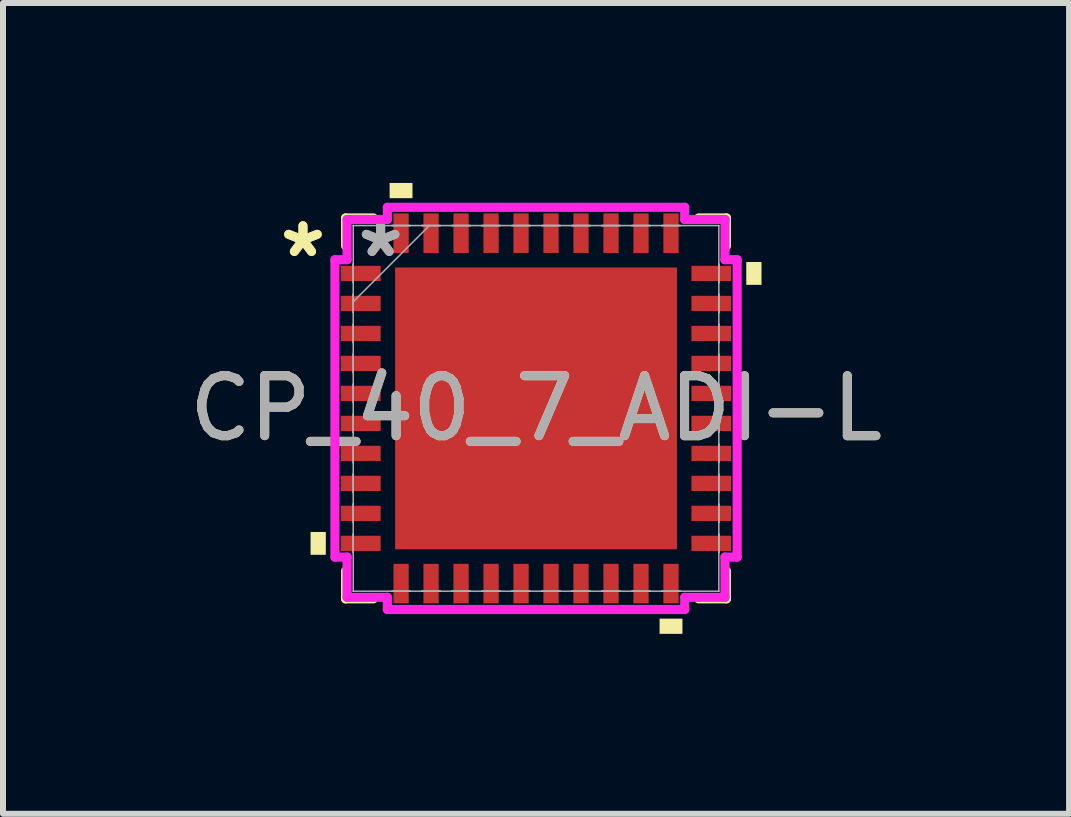
<source format=kicad_pcb>
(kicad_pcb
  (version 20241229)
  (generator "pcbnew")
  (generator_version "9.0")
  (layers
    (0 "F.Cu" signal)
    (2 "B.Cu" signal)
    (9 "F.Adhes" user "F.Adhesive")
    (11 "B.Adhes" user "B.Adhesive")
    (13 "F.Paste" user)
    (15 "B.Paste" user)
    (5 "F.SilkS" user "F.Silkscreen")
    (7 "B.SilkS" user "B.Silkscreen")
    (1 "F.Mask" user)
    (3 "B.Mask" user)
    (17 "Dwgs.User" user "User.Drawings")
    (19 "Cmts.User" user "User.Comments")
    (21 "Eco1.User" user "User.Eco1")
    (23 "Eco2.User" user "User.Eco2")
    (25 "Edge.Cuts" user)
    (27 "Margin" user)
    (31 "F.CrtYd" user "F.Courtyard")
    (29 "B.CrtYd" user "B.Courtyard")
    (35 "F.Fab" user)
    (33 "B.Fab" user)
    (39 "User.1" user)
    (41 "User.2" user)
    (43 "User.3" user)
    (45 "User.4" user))
  (footprint "CP_40_7_ADI-L"
    (layer "F.Cu")
    (at 5.887 3.759)
    (property "Reference" "CP_40_7_ADI-L" (at 0 0 0) (unlocked yes) (layer "F.SilkS") (effects (font (size 1 1) (thickness 0.15))))
    (attr smd)
    (fp_line (start -3.175 -3.175) (end -3.175 -2.71) (stroke (width 0.152) (type solid)) (layer "F.SilkS"))
    (fp_line (start -3.175 2.71) (end -3.175 3.175) (stroke (width 0.152) (type solid)) (layer "F.SilkS"))
    (fp_line (start -3.175 3.175) (end -2.71 3.175) (stroke (width 0.152) (type solid)) (layer "F.SilkS"))
    (fp_line (start -2.71 -3.175) (end -3.175 -3.175) (stroke (width 0.152) (type solid)) (layer "F.SilkS"))
    (fp_line (start 2.71 3.175) (end 3.175 3.175) (stroke (width 0.152) (type solid)) (layer "F.SilkS"))
    (fp_line (start 3.175 -3.175) (end 2.71 -3.175) (stroke (width 0.152) (type solid)) (layer "F.SilkS"))
    (fp_line (start 3.175 -2.71) (end 3.175 -3.175) (stroke (width 0.152) (type solid)) (layer "F.SilkS"))
    (fp_line (start 3.175 3.175) (end 3.175 2.71) (stroke (width 0.152) (type solid)) (layer "F.SilkS"))
    (fp_poly (pts (xy -3.759 2.06) (xy -3.759 2.441) (xy -3.505 2.441) (xy -3.505 2.06)) (stroke (width 0) (type solid)) (fill yes) (layer "F.SilkS"))
    (fp_poly (pts (xy -2.441 -3.505) (xy -2.441 -3.759) (xy -2.06 -3.759) (xy -2.06 -3.505)) (stroke (width 0) (type solid)) (fill yes) (layer "F.SilkS"))
    (fp_poly (pts (xy 2.06 3.505) (xy 2.06 3.759) (xy 2.441 3.759) (xy 2.441 3.505)) (stroke (width 0) (type solid)) (fill yes) (layer "F.SilkS"))
    (fp_poly (pts (xy 3.759 -2.441) (xy 3.759 -2.06) (xy 3.505 -2.06) (xy 3.505 -2.441)) (stroke (width 0) (type solid)) (fill yes) (layer "F.SilkS"))
    (fp_poly (pts (xy -2.249 -2.249) (xy -2.249 -0.883) (xy -0.883 -0.883) (xy -0.883 -2.249)) (stroke (width 0) (type solid)) (fill yes) (layer "F.Paste"))
    (fp_poly (pts (xy -2.249 -0.683) (xy -2.249 0.683) (xy -0.883 0.683) (xy -0.883 -0.683)) (stroke (width 0) (type solid)) (fill yes) (layer "F.Paste"))
    (fp_poly (pts (xy -2.249 0.883) (xy -2.249 2.249) (xy -0.883 2.249) (xy -0.883 0.883)) (stroke (width 0) (type solid)) (fill yes) (layer "F.Paste"))
    (fp_poly (pts (xy -0.683 -2.249) (xy -0.683 -0.883) (xy 0.683 -0.883) (xy 0.683 -2.249)) (stroke (width 0) (type solid)) (fill yes) (layer "F.Paste"))
    (fp_poly (pts (xy -0.683 -0.683) (xy -0.683 0.683) (xy 0.683 0.683) (xy 0.683 -0.683)) (stroke (width 0) (type solid)) (fill yes) (layer "F.Paste"))
    (fp_poly (pts (xy -0.683 0.883) (xy -0.683 2.249) (xy 0.683 2.249) (xy 0.683 0.883)) (stroke (width 0) (type solid)) (fill yes) (layer "F.Paste"))
    (fp_poly (pts (xy 0.883 -2.249) (xy 0.883 -0.883) (xy 2.249 -0.883) (xy 2.249 -2.249)) (stroke (width 0) (type solid)) (fill yes) (layer "F.Paste"))
    (fp_poly (pts (xy 0.883 -0.683) (xy 0.883 0.683) (xy 2.249 0.683) (xy 2.249 -0.683)) (stroke (width 0) (type solid)) (fill yes) (layer "F.Paste"))
    (fp_poly (pts (xy 0.883 0.883) (xy 0.883 2.249) (xy 2.249 2.249) (xy 2.249 0.883)) (stroke (width 0) (type solid)) (fill yes) (layer "F.Paste"))
    (fp_line (start -3.353 -2.479) (end -3.15 -2.479) (stroke (width 0.152) (type solid)) (layer "F.CrtYd"))
    (fp_line (start -3.353 2.479) (end -3.353 -2.479) (stroke (width 0.152) (type solid)) (layer "F.CrtYd"))
    (fp_line (start -3.15 -3.15) (end -2.479 -3.15) (stroke (width 0.152) (type solid)) (layer "F.CrtYd"))
    (fp_line (start -3.15 -2.479) (end -3.15 -3.15) (stroke (width 0.152) (type solid)) (layer "F.CrtYd"))
    (fp_line (start -3.15 2.479) (end -3.353 2.479) (stroke (width 0.152) (type solid)) (layer "F.CrtYd"))
    (fp_line (start -3.15 3.15) (end -3.15 2.479) (stroke (width 0.152) (type solid)) (layer "F.CrtYd"))
    (fp_line (start -2.479 -3.353) (end 2.479 -3.353) (stroke (width 0.152) (type solid)) (layer "F.CrtYd"))
    (fp_line (start -2.479 -3.15) (end -2.479 -3.353) (stroke (width 0.152) (type solid)) (layer "F.CrtYd"))
    (fp_line (start -2.479 3.15) (end -3.15 3.15) (stroke (width 0.152) (type solid)) (layer "F.CrtYd"))
    (fp_line (start -2.479 3.353) (end -2.479 3.15) (stroke (width 0.152) (type solid)) (layer "F.CrtYd"))
    (fp_line (start 2.479 -3.353) (end 2.479 -3.15) (stroke (width 0.152) (type solid)) (layer "F.CrtYd"))
    (fp_line (start 2.479 -3.15) (end 3.15 -3.15) (stroke (width 0.152) (type solid)) (layer "F.CrtYd"))
    (fp_line (start 2.479 3.15) (end 2.479 3.353) (stroke (width 0.152) (type solid)) (layer "F.CrtYd"))
    (fp_line (start 2.479 3.353) (end -2.479 3.353) (stroke (width 0.152) (type solid)) (layer "F.CrtYd"))
    (fp_line (start 3.15 -3.15) (end 3.15 -2.479) (stroke (width 0.152) (type solid)) (layer "F.CrtYd"))
    (fp_line (start 3.15 -2.479) (end 3.353 -2.479) (stroke (width 0.152) (type solid)) (layer "F.CrtYd"))
    (fp_line (start 3.15 2.479) (end 3.15 3.15) (stroke (width 0.152) (type solid)) (layer "F.CrtYd"))
    (fp_line (start 3.15 3.15) (end 2.479 3.15) (stroke (width 0.152) (type solid)) (layer "F.CrtYd"))
    (fp_line (start 3.353 -2.479) (end 3.353 2.479) (stroke (width 0.152) (type solid)) (layer "F.CrtYd"))
    (fp_line (start 3.353 2.479) (end 3.15 2.479) (stroke (width 0.152) (type solid)) (layer "F.CrtYd"))
    (fp_line (start -3.048 -3.048) (end -3.048 -3.048) (stroke (width 0.025) (type solid)) (layer "F.Fab"))
    (fp_line (start -3.048 -3.048) (end -3.048 3.048) (stroke (width 0.025) (type solid)) (layer "F.Fab"))
    (fp_line (start -3.048 -2.402) (end -3.048 -2.402) (stroke (width 0.025) (type solid)) (layer "F.Fab"))
    (fp_line (start -3.048 -2.402) (end -3.048 -2.098) (stroke (width 0.025) (type solid)) (layer "F.Fab"))
    (fp_line (start -3.048 -2.098) (end -3.048 -2.402) (stroke (width 0.025) (type solid)) (layer "F.Fab"))
    (fp_line (start -3.048 -2.098) (end -3.048 -2.098) (stroke (width 0.025) (type solid)) (layer "F.Fab"))
    (fp_line (start -3.048 -1.902) (end -3.048 -1.902) (stroke (width 0.025) (type solid)) (layer "F.Fab"))
    (fp_line (start -3.048 -1.902) (end -3.048 -1.598) (stroke (width 0.025) (type solid)) (layer "F.Fab"))
    (fp_line (start -3.048 -1.778) (end -1.778 -3.048) (stroke (width 0.025) (type solid)) (layer "F.Fab"))
    (fp_line (start -3.048 -1.598) (end -3.048 -1.902) (stroke (width 0.025) (type solid)) (layer "F.Fab"))
    (fp_line (start -3.048 -1.598) (end -3.048 -1.598) (stroke (width 0.025) (type solid)) (layer "F.Fab"))
    (fp_line (start -3.048 -1.402) (end -3.048 -1.402) (stroke (width 0.025) (type solid)) (layer "F.Fab"))
    (fp_line (start -3.048 -1.402) (end -3.048 -1.098) (stroke (width 0.025) (type solid)) (layer "F.Fab"))
    (fp_line (start -3.048 -1.098) (end -3.048 -1.402) (stroke (width 0.025) (type solid)) (layer "F.Fab"))
    (fp_line (start -3.048 -1.098) (end -3.048 -1.098) (stroke (width 0.025) (type solid)) (layer "F.Fab"))
    (fp_line (start -3.048 -0.902) (end -3.048 -0.902) (stroke (width 0.025) (type solid)) (layer "F.Fab"))
    (fp_line (start -3.048 -0.902) (end -3.048 -0.598) (stroke (width 0.025) (type solid)) (layer "F.Fab"))
    (fp_line (start -3.048 -0.598) (end -3.048 -0.902) (stroke (width 0.025) (type solid)) (layer "F.Fab"))
    (fp_line (start -3.048 -0.598) (end -3.048 -0.598) (stroke (width 0.025) (type solid)) (layer "F.Fab"))
    (fp_line (start -3.048 -0.402) (end -3.048 -0.402) (stroke (width 0.025) (type solid)) (layer "F.Fab"))
    (fp_line (start -3.048 -0.402) (end -3.048 -0.098) (stroke (width 0.025) (type solid)) (layer "F.Fab"))
    (fp_line (start -3.048 -0.098) (end -3.048 -0.402) (stroke (width 0.025) (type solid)) (layer "F.Fab"))
    (fp_line (start -3.048 -0.098) (end -3.048 -0.098) (stroke (width 0.025) (type solid)) (layer "F.Fab"))
    (fp_line (start -3.048 0.098) (end -3.048 0.098) (stroke (width 0.025) (type solid)) (layer "F.Fab"))
    (fp_line (start -3.048 0.098) (end -3.048 0.402) (stroke (width 0.025) (type solid)) (layer "F.Fab"))
    (fp_line (start -3.048 0.402) (end -3.048 0.098) (stroke (width 0.025) (type solid)) (layer "F.Fab"))
    (fp_line (start -3.048 0.402) (end -3.048 0.402) (stroke (width 0.025) (type solid)) (layer "F.Fab"))
    (fp_line (start -3.048 0.598) (end -3.048 0.598) (stroke (width 0.025) (type solid)) (layer "F.Fab"))
    (fp_line (start -3.048 0.598) (end -3.048 0.902) (stroke (width 0.025) (type solid)) (layer "F.Fab"))
    (fp_line (start -3.048 0.902) (end -3.048 0.598) (stroke (width 0.025) (type solid)) (layer "F.Fab"))
    (fp_line (start -3.048 0.902) (end -3.048 0.902) (stroke (width 0.025) (type solid)) (layer "F.Fab"))
    (fp_line (start -3.048 1.098) (end -3.048 1.098) (stroke (width 0.025) (type solid)) (layer "F.Fab"))
    (fp_line (start -3.048 1.098) (end -3.048 1.402) (stroke (width 0.025) (type solid)) (layer "F.Fab"))
    (fp_line (start -3.048 1.402) (end -3.048 1.098) (stroke (width 0.025) (type solid)) (layer "F.Fab"))
    (fp_line (start -3.048 1.402) (end -3.048 1.402) (stroke (width 0.025) (type solid)) (layer "F.Fab"))
    (fp_line (start -3.048 1.598) (end -3.048 1.598) (stroke (width 0.025) (type solid)) (layer "F.Fab"))
    (fp_line (start -3.048 1.598) (end -3.048 1.902) (stroke (width 0.025) (type solid)) (layer "F.Fab"))
    (fp_line (start -3.048 1.902) (end -3.048 1.598) (stroke (width 0.025) (type solid)) (layer "F.Fab"))
    (fp_line (start -3.048 1.902) (end -3.048 1.902) (stroke (width 0.025) (type solid)) (layer "F.Fab"))
    (fp_line (start -3.048 2.098) (end -3.048 2.098) (stroke (width 0.025) (type solid)) (layer "F.Fab"))
    (fp_line (start -3.048 2.098) (end -3.048 2.402) (stroke (width 0.025) (type solid)) (layer "F.Fab"))
    (fp_line (start -3.048 2.402) (end -3.048 2.098) (stroke (width 0.025) (type solid)) (layer "F.Fab"))
    (fp_line (start -3.048 2.402) (end -3.048 2.402) (stroke (width 0.025) (type solid)) (layer "F.Fab"))
    (fp_line (start -3.048 3.048) (end -3.048 3.048) (stroke (width 0.025) (type solid)) (layer "F.Fab"))
    (fp_line (start -3.048 3.048) (end 3.048 3.048) (stroke (width 0.025) (type solid)) (layer "F.Fab"))
    (fp_line (start -2.402 -3.048) (end -2.402 -3.048) (stroke (width 0.025) (type solid)) (layer "F.Fab"))
    (fp_line (start -2.402 -3.048) (end -2.098 -3.048) (stroke (width 0.025) (type solid)) (layer "F.Fab"))
    (fp_line (start -2.402 3.048) (end -2.402 3.048) (stroke (width 0.025) (type solid)) (layer "F.Fab"))
    (fp_line (start -2.402 3.048) (end -2.098 3.048) (stroke (width 0.025) (type solid)) (layer "F.Fab"))
    (fp_line (start -2.098 -3.048) (end -2.402 -3.048) (stroke (width 0.025) (type solid)) (layer "F.Fab"))
    (fp_line (start -2.098 -3.048) (end -2.098 -3.048) (stroke (width 0.025) (type solid)) (layer "F.Fab"))
    (fp_line (start -2.098 3.048) (end -2.402 3.048) (stroke (width 0.025) (type solid)) (layer "F.Fab"))
    (fp_line (start -2.098 3.048) (end -2.098 3.048) (stroke (width 0.025) (type solid)) (layer "F.Fab"))
    (fp_line (start -1.902 -3.048) (end -1.902 -3.048) (stroke (width 0.025) (type solid)) (layer "F.Fab"))
    (fp_line (start -1.902 -3.048) (end -1.598 -3.048) (stroke (width 0.025) (type solid)) (layer "F.Fab"))
    (fp_line (start -1.902 3.048) (end -1.902 3.048) (stroke (width 0.025) (type solid)) (layer "F.Fab"))
    (fp_line (start -1.902 3.048) (end -1.598 3.048) (stroke (width 0.025) (type solid)) (layer "F.Fab"))
    (fp_line (start -1.598 -3.048) (end -1.902 -3.048) (stroke (width 0.025) (type solid)) (layer "F.Fab"))
    (fp_line (start -1.598 -3.048) (end -1.598 -3.048) (stroke (width 0.025) (type solid)) (layer "F.Fab"))
    (fp_line (start -1.598 3.048) (end -1.902 3.048) (stroke (width 0.025) (type solid)) (layer "F.Fab"))
    (fp_line (start -1.598 3.048) (end -1.598 3.048) (stroke (width 0.025) (type solid)) (layer "F.Fab"))
    (fp_line (start -1.402 -3.048) (end -1.402 -3.048) (stroke (width 0.025) (type solid)) (layer "F.Fab"))
    (fp_line (start -1.402 -3.048) (end -1.098 -3.048) (stroke (width 0.025) (type solid)) (layer "F.Fab"))
    (fp_line (start -1.402 3.048) (end -1.402 3.048) (stroke (width 0.025) (type solid)) (layer "F.Fab"))
    (fp_line (start -1.402 3.048) (end -1.098 3.048) (stroke (width 0.025) (type solid)) (layer "F.Fab"))
    (fp_line (start -1.098 -3.048) (end -1.402 -3.048) (stroke (width 0.025) (type solid)) (layer "F.Fab"))
    (fp_line (start -1.098 -3.048) (end -1.098 -3.048) (stroke (width 0.025) (type solid)) (layer "F.Fab"))
    (fp_line (start -1.098 3.048) (end -1.402 3.048) (stroke (width 0.025) (type solid)) (layer "F.Fab"))
    (fp_line (start -1.098 3.048) (end -1.098 3.048) (stroke (width 0.025) (type solid)) (layer "F.Fab"))
    (fp_line (start -0.902 -3.048) (end -0.902 -3.048) (stroke (width 0.025) (type solid)) (layer "F.Fab"))
    (fp_line (start -0.902 -3.048) (end -0.598 -3.048) (stroke (width 0.025) (type solid)) (layer "F.Fab"))
    (fp_line (start -0.902 3.048) (end -0.902 3.048) (stroke (width 0.025) (type solid)) (layer "F.Fab"))
    (fp_line (start -0.902 3.048) (end -0.598 3.048) (stroke (width 0.025) (type solid)) (layer "F.Fab"))
    (fp_line (start -0.598 -3.048) (end -0.902 -3.048) (stroke (width 0.025) (type solid)) (layer "F.Fab"))
    (fp_line (start -0.598 -3.048) (end -0.598 -3.048) (stroke (width 0.025) (type solid)) (layer "F.Fab"))
    (fp_line (start -0.598 3.048) (end -0.902 3.048) (stroke (width 0.025) (type solid)) (layer "F.Fab"))
    (fp_line (start -0.598 3.048) (end -0.598 3.048) (stroke (width 0.025) (type solid)) (layer "F.Fab"))
    (fp_line (start -0.402 -3.048) (end -0.402 -3.048) (stroke (width 0.025) (type solid)) (layer "F.Fab"))
    (fp_line (start -0.402 -3.048) (end -0.098 -3.048) (stroke (width 0.025) (type solid)) (layer "F.Fab"))
    (fp_line (start -0.402 3.048) (end -0.402 3.048) (stroke (width 0.025) (type solid)) (layer "F.Fab"))
    (fp_line (start -0.402 3.048) (end -0.098 3.048) (stroke (width 0.025) (type solid)) (layer "F.Fab"))
    (fp_line (start -0.098 -3.048) (end -0.402 -3.048) (stroke (width 0.025) (type solid)) (layer "F.Fab"))
    (fp_line (start -0.098 -3.048) (end -0.098 -3.048) (stroke (width 0.025) (type solid)) (layer "F.Fab"))
    (fp_line (start -0.098 3.048) (end -0.402 3.048) (stroke (width 0.025) (type solid)) (layer "F.Fab"))
    (fp_line (start -0.098 3.048) (end -0.098 3.048) (stroke (width 0.025) (type solid)) (layer "F.Fab"))
    (fp_line (start 0.098 -3.048) (end 0.098 -3.048) (stroke (width 0.025) (type solid)) (layer "F.Fab"))
    (fp_line (start 0.098 -3.048) (end 0.402 -3.048) (stroke (width 0.025) (type solid)) (layer "F.Fab"))
    (fp_line (start 0.098 3.048) (end 0.098 3.048) (stroke (width 0.025) (type solid)) (layer "F.Fab"))
    (fp_line (start 0.098 3.048) (end 0.402 3.048) (stroke (width 0.025) (type solid)) (layer "F.Fab"))
    (fp_line (start 0.402 -3.048) (end 0.098 -3.048) (stroke (width 0.025) (type solid)) (layer "F.Fab"))
    (fp_line (start 0.402 -3.048) (end 0.402 -3.048) (stroke (width 0.025) (type solid)) (layer "F.Fab"))
    (fp_line (start 0.402 3.048) (end 0.098 3.048) (stroke (width 0.025) (type solid)) (layer "F.Fab"))
    (fp_line (start 0.402 3.048) (end 0.402 3.048) (stroke (width 0.025) (type solid)) (layer "F.Fab"))
    (fp_line (start 0.598 -3.048) (end 0.598 -3.048) (stroke (width 0.025) (type solid)) (layer "F.Fab"))
    (fp_line (start 0.598 -3.048) (end 0.902 -3.048) (stroke (width 0.025) (type solid)) (layer "F.Fab"))
    (fp_line (start 0.598 3.048) (end 0.598 3.048) (stroke (width 0.025) (type solid)) (layer "F.Fab"))
    (fp_line (start 0.598 3.048) (end 0.902 3.048) (stroke (width 0.025) (type solid)) (layer "F.Fab"))
    (fp_line (start 0.902 -3.048) (end 0.598 -3.048) (stroke (width 0.025) (type solid)) (layer "F.Fab"))
    (fp_line (start 0.902 -3.048) (end 0.902 -3.048) (stroke (width 0.025) (type solid)) (layer "F.Fab"))
    (fp_line (start 0.902 3.048) (end 0.598 3.048) (stroke (width 0.025) (type solid)) (layer "F.Fab"))
    (fp_line (start 0.902 3.048) (end 0.902 3.048) (stroke (width 0.025) (type solid)) (layer "F.Fab"))
    (fp_line (start 1.098 -3.048) (end 1.098 -3.048) (stroke (width 0.025) (type solid)) (layer "F.Fab"))
    (fp_line (start 1.098 -3.048) (end 1.402 -3.048) (stroke (width 0.025) (type solid)) (layer "F.Fab"))
    (fp_line (start 1.098 3.048) (end 1.098 3.048) (stroke (width 0.025) (type solid)) (layer "F.Fab"))
    (fp_line (start 1.098 3.048) (end 1.402 3.048) (stroke (width 0.025) (type solid)) (layer "F.Fab"))
    (fp_line (start 1.402 -3.048) (end 1.098 -3.048) (stroke (width 0.025) (type solid)) (layer "F.Fab"))
    (fp_line (start 1.402 -3.048) (end 1.402 -3.048) (stroke (width 0.025) (type solid)) (layer "F.Fab"))
    (fp_line (start 1.402 3.048) (end 1.098 3.048) (stroke (width 0.025) (type solid)) (layer "F.Fab"))
    (fp_line (start 1.402 3.048) (end 1.402 3.048) (stroke (width 0.025) (type solid)) (layer "F.Fab"))
    (fp_line (start 1.598 -3.048) (end 1.598 -3.048) (stroke (width 0.025) (type solid)) (layer "F.Fab"))
    (fp_line (start 1.598 -3.048) (end 1.902 -3.048) (stroke (width 0.025) (type solid)) (layer "F.Fab"))
    (fp_line (start 1.598 3.048) (end 1.598 3.048) (stroke (width 0.025) (type solid)) (layer "F.Fab"))
    (fp_line (start 1.598 3.048) (end 1.902 3.048) (stroke (width 0.025) (type solid)) (layer "F.Fab"))
    (fp_line (start 1.902 -3.048) (end 1.598 -3.048) (stroke (width 0.025) (type solid)) (layer "F.Fab"))
    (fp_line (start 1.902 -3.048) (end 1.902 -3.048) (stroke (width 0.025) (type solid)) (layer "F.Fab"))
    (fp_line (start 1.902 3.048) (end 1.598 3.048) (stroke (width 0.025) (type solid)) (layer "F.Fab"))
    (fp_line (start 1.902 3.048) (end 1.902 3.048) (stroke (width 0.025) (type solid)) (layer "F.Fab"))
    (fp_line (start 2.098 -3.048) (end 2.098 -3.048) (stroke (width 0.025) (type solid)) (layer "F.Fab"))
    (fp_line (start 2.098 -3.048) (end 2.402 -3.048) (stroke (width 0.025) (type solid)) (layer "F.Fab"))
    (fp_line (start 2.098 3.048) (end 2.098 3.048) (stroke (width 0.025) (type solid)) (layer "F.Fab"))
    (fp_line (start 2.098 3.048) (end 2.402 3.048) (stroke (width 0.025) (type solid)) (layer "F.Fab"))
    (fp_line (start 2.402 -3.048) (end 2.098 -3.048) (stroke (width 0.025) (type solid)) (layer "F.Fab"))
    (fp_line (start 2.402 -3.048) (end 2.402 -3.048) (stroke (width 0.025) (type solid)) (layer "F.Fab"))
    (fp_line (start 2.402 3.048) (end 2.098 3.048) (stroke (width 0.025) (type solid)) (layer "F.Fab"))
    (fp_line (start 2.402 3.048) (end 2.402 3.048) (stroke (width 0.025) (type solid)) (layer "F.Fab"))
    (fp_line (start 3.048 -3.048) (end -3.048 -3.048) (stroke (width 0.025) (type solid)) (layer "F.Fab"))
    (fp_line (start 3.048 -3.048) (end 3.048 -3.048) (stroke (width 0.025) (type solid)) (layer "F.Fab"))
    (fp_line (start 3.048 -2.402) (end 3.048 -2.402) (stroke (width 0.025) (type solid)) (layer "F.Fab"))
    (fp_line (start 3.048 -2.402) (end 3.048 -2.098) (stroke (width 0.025) (type solid)) (layer "F.Fab"))
    (fp_line (start 3.048 -2.098) (end 3.048 -2.402) (stroke (width 0.025) (type solid)) (layer "F.Fab"))
    (fp_line (start 3.048 -2.098) (end 3.048 -2.098) (stroke (width 0.025) (type solid)) (layer "F.Fab"))
    (fp_line (start 3.048 -1.902) (end 3.048 -1.902) (stroke (width 0.025) (type solid)) (layer "F.Fab"))
    (fp_line (start 3.048 -1.902) (end 3.048 -1.598) (stroke (width 0.025) (type solid)) (layer "F.Fab"))
    (fp_line (start 3.048 -1.598) (end 3.048 -1.902) (stroke (width 0.025) (type solid)) (layer "F.Fab"))
    (fp_line (start 3.048 -1.598) (end 3.048 -1.598) (stroke (width 0.025) (type solid)) (layer "F.Fab"))
    (fp_line (start 3.048 -1.402) (end 3.048 -1.402) (stroke (width 0.025) (type solid)) (layer "F.Fab"))
    (fp_line (start 3.048 -1.402) (end 3.048 -1.098) (stroke (width 0.025) (type solid)) (layer "F.Fab"))
    (fp_line (start 3.048 -1.098) (end 3.048 -1.402) (stroke (width 0.025) (type solid)) (layer "F.Fab"))
    (fp_line (start 3.048 -1.098) (end 3.048 -1.098) (stroke (width 0.025) (type solid)) (layer "F.Fab"))
    (fp_line (start 3.048 -0.902) (end 3.048 -0.902) (stroke (width 0.025) (type solid)) (layer "F.Fab"))
    (fp_line (start 3.048 -0.902) (end 3.048 -0.598) (stroke (width 0.025) (type solid)) (layer "F.Fab"))
    (fp_line (start 3.048 -0.598) (end 3.048 -0.902) (stroke (width 0.025) (type solid)) (layer "F.Fab"))
    (fp_line (start 3.048 -0.598) (end 3.048 -0.598) (stroke (width 0.025) (type solid)) (layer "F.Fab"))
    (fp_line (start 3.048 -0.402) (end 3.048 -0.402) (stroke (width 0.025) (type solid)) (layer "F.Fab"))
    (fp_line (start 3.048 -0.402) (end 3.048 -0.098) (stroke (width 0.025) (type solid)) (layer "F.Fab"))
    (fp_line (start 3.048 -0.098) (end 3.048 -0.402) (stroke (width 0.025) (type solid)) (layer "F.Fab"))
    (fp_line (start 3.048 -0.098) (end 3.048 -0.098) (stroke (width 0.025) (type solid)) (layer "F.Fab"))
    (fp_line (start 3.048 0.098) (end 3.048 0.098) (stroke (width 0.025) (type solid)) (layer "F.Fab"))
    (fp_line (start 3.048 0.098) (end 3.048 0.402) (stroke (width 0.025) (type solid)) (layer "F.Fab"))
    (fp_line (start 3.048 0.402) (end 3.048 0.098) (stroke (width 0.025) (type solid)) (layer "F.Fab"))
    (fp_line (start 3.048 0.402) (end 3.048 0.402) (stroke (width 0.025) (type solid)) (layer "F.Fab"))
    (fp_line (start 3.048 0.598) (end 3.048 0.598) (stroke (width 0.025) (type solid)) (layer "F.Fab"))
    (fp_line (start 3.048 0.598) (end 3.048 0.902) (stroke (width 0.025) (type solid)) (layer "F.Fab"))
    (fp_line (start 3.048 0.902) (end 3.048 0.598) (stroke (width 0.025) (type solid)) (layer "F.Fab"))
    (fp_line (start 3.048 0.902) (end 3.048 0.902) (stroke (width 0.025) (type solid)) (layer "F.Fab"))
    (fp_line (start 3.048 1.098) (end 3.048 1.098) (stroke (width 0.025) (type solid)) (layer "F.Fab"))
    (fp_line (start 3.048 1.098) (end 3.048 1.402) (stroke (width 0.025) (type solid)) (layer "F.Fab"))
    (fp_line (start 3.048 1.402) (end 3.048 1.098) (stroke (width 0.025) (type solid)) (layer "F.Fab"))
    (fp_line (start 3.048 1.402) (end 3.048 1.402) (stroke (width 0.025) (type solid)) (layer "F.Fab"))
    (fp_line (start 3.048 1.598) (end 3.048 1.598) (stroke (width 0.025) (type solid)) (layer "F.Fab"))
    (fp_line (start 3.048 1.598) (end 3.048 1.902) (stroke (width 0.025) (type solid)) (layer "F.Fab"))
    (fp_line (start 3.048 1.902) (end 3.048 1.598) (stroke (width 0.025) (type solid)) (layer "F.Fab"))
    (fp_line (start 3.048 1.902) (end 3.048 1.902) (stroke (width 0.025) (type solid)) (layer "F.Fab"))
    (fp_line (start 3.048 2.098) (end 3.048 2.098) (stroke (width 0.025) (type solid)) (layer "F.Fab"))
    (fp_line (start 3.048 2.098) (end 3.048 2.402) (stroke (width 0.025) (type solid)) (layer "F.Fab"))
    (fp_line (start 3.048 2.402) (end 3.048 2.098) (stroke (width 0.025) (type solid)) (layer "F.Fab"))
    (fp_line (start 3.048 2.402) (end 3.048 2.402) (stroke (width 0.025) (type solid)) (layer "F.Fab"))
    (fp_line (start 3.048 3.048) (end 3.048 -3.048) (stroke (width 0.025) (type solid)) (layer "F.Fab"))
    (fp_line (start 3.048 3.048) (end 3.048 3.048) (stroke (width 0.025) (type solid)) (layer "F.Fab"))
    (fp_text user "*" (at -3.886 -2.5 0) (unlocked yes) (layer "F.SilkS") (effects (font (size 1 1) (thickness 0.15))))
    (fp_text user "*" (at -3.886 -2.5 0) (layer "F.SilkS") (effects (font (size 1 1) (thickness 0.15))))
    (fp_text user "${REFERENCE}" (at 0 0 0) (unlocked yes) (layer "F.Fab") (effects (font (size 1 1) (thickness 0.15))))
    (fp_text user "*" (at -2.591 -2.5 0) (unlocked yes) (layer "F.Fab") (effects (font (size 1 1) (thickness 0.15))))
    (fp_text user "*" (at -2.591 -2.5 0) (layer "F.Fab") (effects (font (size 1 1) (thickness 0.15))))
    (pad "1" smd rect (at -2.921 -2.25 90) (size 0.254 0.66) (layers "F.Cu" "F.Mask" "F.Paste"))
    (pad "2" smd rect (at -2.921 -1.75 90) (size 0.254 0.66) (layers "F.Cu" "F.Mask" "F.Paste"))
    (pad "3" smd rect (at -2.921 -1.25 90) (size 0.254 0.66) (layers "F.Cu" "F.Mask" "F.Paste"))
    (pad "4" smd rect (at -2.921 -0.75 90) (size 0.254 0.66) (layers "F.Cu" "F.Mask" "F.Paste"))
    (pad "5" smd rect (at -2.921 -0.25 90) (size 0.254 0.66) (layers "F.Cu" "F.Mask" "F.Paste"))
    (pad "6" smd rect (at -2.921 0.25 90) (size 0.254 0.66) (layers "F.Cu" "F.Mask" "F.Paste"))
    (pad "7" smd rect (at -2.921 0.75 90) (size 0.254 0.66) (layers "F.Cu" "F.Mask" "F.Paste"))
    (pad "8" smd rect (at -2.921 1.25 90) (size 0.254 0.66) (layers "F.Cu" "F.Mask" "F.Paste"))
    (pad "9" smd rect (at -2.921 1.75 90) (size 0.254 0.66) (layers "F.Cu" "F.Mask" "F.Paste"))
    (pad "10" smd rect (at -2.921 2.25 90) (size 0.254 0.66) (layers "F.Cu" "F.Mask" "F.Paste"))
    (pad "11" smd rect (at -2.25 2.921) (size 0.254 0.66) (layers "F.Cu" "F.Mask" "F.Paste"))
    (pad "12" smd rect (at -1.75 2.921) (size 0.254 0.66) (layers "F.Cu" "F.Mask" "F.Paste"))
    (pad "13" smd rect (at -1.25 2.921) (size 0.254 0.66) (layers "F.Cu" "F.Mask" "F.Paste"))
    (pad "14" smd rect (at -0.75 2.921) (size 0.254 0.66) (layers "F.Cu" "F.Mask" "F.Paste"))
    (pad "15" smd rect (at -0.25 2.921) (size 0.254 0.66) (layers "F.Cu" "F.Mask" "F.Paste"))
    (pad "16" smd rect (at 0.25 2.921) (size 0.254 0.66) (layers "F.Cu" "F.Mask" "F.Paste"))
    (pad "17" smd rect (at 0.75 2.921) (size 0.254 0.66) (layers "F.Cu" "F.Mask" "F.Paste"))
    (pad "18" smd rect (at 1.25 2.921) (size 0.254 0.66) (layers "F.Cu" "F.Mask" "F.Paste"))
    (pad "19" smd rect (at 1.75 2.921) (size 0.254 0.66) (layers "F.Cu" "F.Mask" "F.Paste"))
    (pad "20" smd rect (at 2.25 2.921) (size 0.254 0.66) (layers "F.Cu" "F.Mask" "F.Paste"))
    (pad "21" smd rect (at 2.921 2.25 90) (size 0.254 0.66) (layers "F.Cu" "F.Mask" "F.Paste"))
    (pad "22" smd rect (at 2.921 1.75 90) (size 0.254 0.66) (layers "F.Cu" "F.Mask" "F.Paste"))
    (pad "23" smd rect (at 2.921 1.25 90) (size 0.254 0.66) (layers "F.Cu" "F.Mask" "F.Paste"))
    (pad "24" smd rect (at 2.921 0.75 90) (size 0.254 0.66) (layers "F.Cu" "F.Mask" "F.Paste"))
    (pad "25" smd rect (at 2.921 0.25 90) (size 0.254 0.66) (layers "F.Cu" "F.Mask" "F.Paste"))
    (pad "26" smd rect (at 2.921 -0.25 90) (size 0.254 0.66) (layers "F.Cu" "F.Mask" "F.Paste"))
    (pad "27" smd rect (at 2.921 -0.75 90) (size 0.254 0.66) (layers "F.Cu" "F.Mask" "F.Paste"))
    (pad "28" smd rect (at 2.921 -1.25 90) (size 0.254 0.66) (layers "F.Cu" "F.Mask" "F.Paste"))
    (pad "29" smd rect (at 2.921 -1.75 90) (size 0.254 0.66) (layers "F.Cu" "F.Mask" "F.Paste"))
    (pad "30" smd rect (at 2.921 -2.25 90) (size 0.254 0.66) (layers "F.Cu" "F.Mask" "F.Paste"))
    (pad "31" smd rect (at 2.25 -2.921) (size 0.254 0.66) (layers "F.Cu" "F.Mask" "F.Paste"))
    (pad "32" smd rect (at 1.75 -2.921) (size 0.254 0.66) (layers "F.Cu" "F.Mask" "F.Paste"))
    (pad "33" smd rect (at 1.25 -2.921) (size 0.254 0.66) (layers "F.Cu" "F.Mask" "F.Paste"))
    (pad "34" smd rect (at 0.75 -2.921) (size 0.254 0.66) (layers "F.Cu" "F.Mask" "F.Paste"))
    (pad "35" smd rect (at 0.25 -2.921) (size 0.254 0.66) (layers "F.Cu" "F.Mask" "F.Paste"))
    (pad "36" smd rect (at -0.25 -2.921) (size 0.254 0.66) (layers "F.Cu" "F.Mask" "F.Paste"))
    (pad "37" smd rect (at -0.75 -2.921) (size 0.254 0.66) (layers "F.Cu" "F.Mask" "F.Paste"))
    (pad "38" smd rect (at -1.25 -2.921) (size 0.254 0.66) (layers "F.Cu" "F.Mask" "F.Paste"))
    (pad "39" smd rect (at -1.75 -2.921) (size 0.254 0.66) (layers "F.Cu" "F.Mask" "F.Paste"))
    (pad "40" smd rect (at -2.25 -2.921) (size 0.254 0.66) (layers "F.Cu" "F.Mask" "F.Paste"))
    (pad "41" smd rect (at 0 0) (size 4.699 4.699) (layers "F.Cu" "F.Mask")))
  (gr_rect
    (start -3 -3)
    (end 14.774 10.518)
    (stroke (width 0.1) (type default))
    (fill no)
    (layer "Edge.Cuts")))
</source>
